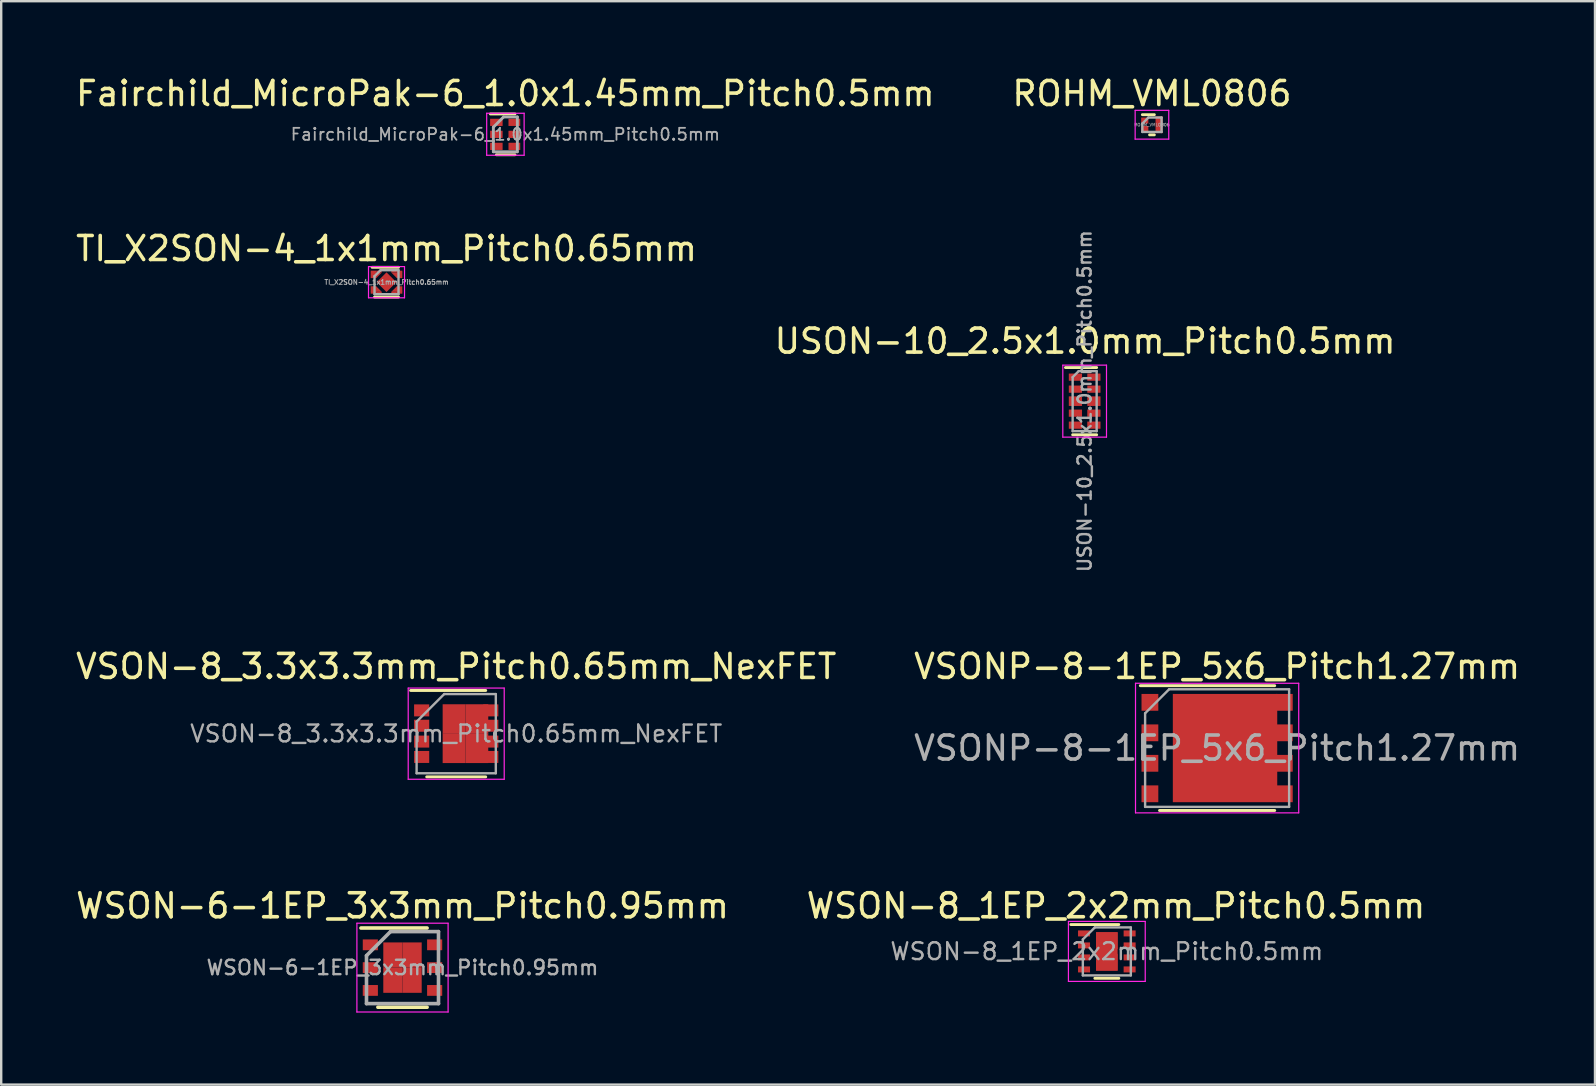
<source format=kicad_pcb>
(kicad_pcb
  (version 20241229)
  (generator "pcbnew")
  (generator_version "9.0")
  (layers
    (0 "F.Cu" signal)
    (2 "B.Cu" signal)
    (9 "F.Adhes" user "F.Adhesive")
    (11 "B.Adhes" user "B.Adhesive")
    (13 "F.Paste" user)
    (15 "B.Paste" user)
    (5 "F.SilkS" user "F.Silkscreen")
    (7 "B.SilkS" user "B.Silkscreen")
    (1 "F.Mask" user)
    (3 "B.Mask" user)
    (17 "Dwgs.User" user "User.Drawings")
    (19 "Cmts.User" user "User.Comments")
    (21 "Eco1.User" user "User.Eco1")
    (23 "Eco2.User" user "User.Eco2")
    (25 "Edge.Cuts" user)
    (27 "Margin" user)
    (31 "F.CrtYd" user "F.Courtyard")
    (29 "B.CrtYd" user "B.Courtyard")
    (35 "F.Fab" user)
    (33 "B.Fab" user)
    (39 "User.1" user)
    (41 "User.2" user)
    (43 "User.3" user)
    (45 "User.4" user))
  (footprint "VSON-8_3.3x3.3mm_Pitch0.65mm_NexFET"
    (layer "F.Cu")
    (at 15.958 27.518)
    (property "Reference" "VSON-8_3.3x3.3mm_Pitch0.65mm_NexFET" (at 0 -2.8 0) (layer "F.SilkS") (effects (font (size 1 1) (thickness 0.15))))
    (attr smd)
    (fp_line (start -1.9 -1.8) (end 1.23 -1.8) (stroke (width 0.12) (type solid)) (layer "F.SilkS"))
    (fp_line (start -1.23 1.8) (end 1.23 1.8) (stroke (width 0.12) (type solid)) (layer "F.SilkS"))
    (fp_line (start -2 -1.9) (end -2 1.9) (stroke (width 0.05) (type solid)) (layer "F.CrtYd"))
    (fp_line (start -2 -1.9) (end 2 -1.9) (stroke (width 0.05) (type solid)) (layer "F.CrtYd"))
    (fp_line (start -2 1.9) (end 2 1.9) (stroke (width 0.05) (type solid)) (layer "F.CrtYd"))
    (fp_line (start 2 -1.9) (end 2 1.9) (stroke (width 0.05) (type solid)) (layer "F.CrtYd"))
    (fp_line (start -1.65 -0.5) (end -0.5 -1.65) (stroke (width 0.1) (type solid)) (layer "F.Fab"))
    (fp_line (start -1.65 1.65) (end -1.65 -0.5) (stroke (width 0.1) (type solid)) (layer "F.Fab"))
    (fp_line (start -0.5 -1.65) (end 1.65 -1.65) (stroke (width 0.1) (type solid)) (layer "F.Fab"))
    (fp_line (start 1.65 -1.65) (end 1.65 1.65) (stroke (width 0.1) (type solid)) (layer "F.Fab"))
    (fp_line (start 1.65 1.65) (end -1.65 1.65) (stroke (width 0.1) (type solid)) (layer "F.Fab"))
    (fp_text user "${REFERENCE}" (at 0 0 0) (layer "F.Fab") (effects (font (size 0.7 0.7) (thickness 0.1))))
    (pad "1" smd rect (at -1.44 -0.97) (size 0.63 0.5) (layers "F.Cu" "F.Mask" "F.Paste"))
    (pad "2" smd rect (at -1.44 -0.33) (size 0.63 0.5) (layers "F.Cu" "F.Mask" "F.Paste"))
    (pad "3" smd rect (at -1.44 0.33) (size 0.63 0.5) (layers "F.Cu" "F.Mask" "F.Paste"))
    (pad "4" smd rect (at -1.44 0.97) (size 0.63 0.5) (layers "F.Cu" "F.Mask" "F.Paste"))
    (pad "5" smd rect (at -0.09 -0.61) (size 0.95 1.23) (layers "F.Cu" "F.Mask" "F.Paste"))
    (pad "5" smd rect (at -0.09 0.61) (size 0.95 1.23) (layers "F.Cu" "F.Mask" "F.Paste"))
    (pad "5" smd rect (at 0.86 -0.61) (size 0.95 1.23) (layers "F.Cu" "F.Mask" "F.Paste"))
    (pad "5" smd rect (at 0.86 0.61) (size 0.95 1.23) (layers "F.Cu" "F.Mask" "F.Paste"))
    (pad "5" smd rect (at 1.44 -0.97) (size 0.63 0.5) (layers "F.Cu" "F.Mask" "F.Paste"))
    (pad "5" smd rect (at 1.44 -0.33) (size 0.63 0.5) (layers "F.Cu" "F.Mask" "F.Paste"))
    (pad "5" smd rect (at 1.44 0.33) (size 0.63 0.5) (layers "F.Cu" "F.Mask" "F.Paste"))
    (pad "5" smd rect (at 1.44 0.97) (size 0.63 0.5) (layers "F.Cu" "F.Mask" "F.Paste")))
  (footprint "USON-10_2.5x1.0mm_Pitch0.5mm"
    (layer "F.Cu")
    (at 42.142 13.664)
    (property "Reference" "USON-10_2.5x1.0mm_Pitch0.5mm" (at 0.018 -2.5 0) (layer "F.SilkS") (effects (font (size 1 1) (thickness 0.15))))
    (attr smd)
    (fp_line (start 0.5 -1.4) (end -0.8 -1.4) (stroke (width 0.12) (type solid)) (layer "F.SilkS"))
    (fp_line (start 0.5 1.4) (end -0.5 1.4) (stroke (width 0.12) (type solid)) (layer "F.SilkS"))
    (fp_line (start -0.91 -1.5) (end 0.91 -1.5) (stroke (width 0.05) (type solid)) (layer "F.CrtYd"))
    (fp_line (start -0.91 1.5) (end -0.91 -1.5) (stroke (width 0.05) (type solid)) (layer "F.CrtYd"))
    (fp_line (start 0.91 -1.5) (end 0.91 1.5) (stroke (width 0.05) (type solid)) (layer "F.CrtYd"))
    (fp_line (start 0.91 1.5) (end -0.91 1.5) (stroke (width 0.05) (type solid)) (layer "F.CrtYd"))
    (fp_line (start -0.5 -1) (end -0.5 1.25) (stroke (width 0.1) (type solid)) (layer "F.Fab"))
    (fp_line (start -0.5 1.25) (end 0.5 1.25) (stroke (width 0.1) (type solid)) (layer "F.Fab"))
    (fp_line (start -0.25 -1.25) (end -0.5 -1) (stroke (width 0.1) (type solid)) (layer "F.Fab"))
    (fp_line (start 0.5 -1.25) (end -0.25 -1.25) (stroke (width 0.1) (type solid)) (layer "F.Fab"))
    (fp_line (start 0.5 -1.25) (end 0.5 1.25) (stroke (width 0.1) (type solid)) (layer "F.Fab"))
    (fp_text user "${REFERENCE}" (at 0 0 90) (layer "F.Fab") (effects (font (size 0.55 0.55) (thickness 0.1))))
    (pad "1" smd rect (at -0.385 -1 270) (size 0.3 0.55) (layers "F.Cu" "F.Mask" "F.Paste"))
    (pad "2" smd rect (at -0.385 -0.5 270) (size 0.3 0.55) (layers "F.Cu" "F.Mask" "F.Paste"))
    (pad "3" smd rect (at -0.385 0 270) (size 0.4 0.55) (layers "F.Cu" "F.Mask" "F.Paste"))
    (pad "4" smd rect (at -0.385 0.5 270) (size 0.3 0.55) (layers "F.Cu" "F.Mask" "F.Paste"))
    (pad "5" smd rect (at -0.385 1 270) (size 0.3 0.55) (layers "F.Cu" "F.Mask" "F.Paste"))
    (pad "6" smd rect (at 0.385 1 270) (size 0.3 0.55) (layers "F.Cu" "F.Mask" "F.Paste"))
    (pad "7" smd rect (at 0.385 0.5 270) (size 0.3 0.55) (layers "F.Cu" "F.Mask" "F.Paste"))
    (pad "8" smd rect (at 0.385 0 270) (size 0.4 0.55) (layers "F.Cu" "F.Mask" "F.Paste"))
    (pad "9" smd rect (at 0.385 -0.5 270) (size 0.3 0.55) (layers "F.Cu" "F.Mask" "F.Paste"))
    (pad "10" smd rect (at 0.385 -1 270) (size 0.3 0.55) (layers "F.Cu" "F.Mask" "F.Paste")))
  (footprint "TI_X2SON-4_1x1mm_Pitch0.65mm"
    (layer "F.Cu")
    (at 13.054 8.707)
    (property "Reference" "TI_X2SON-4_1x1mm_Pitch0.65mm" (at 0 -1.4 0) (layer "F.SilkS") (effects (font (size 1 1) (thickness 0.15))))
    (attr smd)
    (fp_line (start 0.5 -0.62) (end -0.6 -0.62) (stroke (width 0.12) (type solid)) (layer "F.SilkS"))
    (fp_line (start 0.5 0.62) (end -0.5 0.62) (stroke (width 0.12) (type solid)) (layer "F.SilkS"))
    (fp_line (start -0.75 -0.65) (end 0.75 -0.65) (stroke (width 0.05) (type solid)) (layer "F.CrtYd"))
    (fp_line (start -0.75 0.65) (end -0.75 -0.65) (stroke (width 0.05) (type solid)) (layer "F.CrtYd"))
    (fp_line (start 0.75 -0.65) (end 0.75 0.65) (stroke (width 0.05) (type solid)) (layer "F.CrtYd"))
    (fp_line (start 0.75 0.65) (end -0.75 0.65) (stroke (width 0.05) (type solid)) (layer "F.CrtYd"))
    (fp_line (start -0.5 0.5) (end -0.5 -0.25) (stroke (width 0.1) (type solid)) (layer "F.Fab"))
    (fp_line (start -0.25 -0.5) (end -0.5 -0.25) (stroke (width 0.1) (type solid)) (layer "F.Fab"))
    (fp_line (start -0.25 -0.5) (end 0.5 -0.5) (stroke (width 0.1) (type solid)) (layer "F.Fab"))
    (fp_line (start 0.5 -0.5) (end 0.5 0.5) (stroke (width 0.1) (type solid)) (layer "F.Fab"))
    (fp_line (start 0.5 0.5) (end -0.5 0.5) (stroke (width 0.1) (type solid)) (layer "F.Fab"))
    (fp_text user "${REFERENCE}" (at 0 0 0) (layer "F.Fab") (effects (font (size 0.2 0.2) (thickness 0.04))))
    (pad "" smd rect (at -0.55 -0.325) (size 0.2 0.21) (layers "F.Paste"))
    (pad "" smd rect (at -0.55 0.325) (size 0.2 0.21) (layers "F.Paste"))
    (pad "" smd rect (at -0.52 -0.325) (size 0.18 0.21) (layers "F.Mask"))
    (pad "" smd rect (at -0.52 0.325) (size 0.18 0.21) (layers "F.Mask"))
    (pad "" smd trapezoid (at -0.45 -0.31 180) (size 0.2 0.18) (rect_delta 0 0.2) (layers "F.Paste"))
    (pad "" smd trapezoid (at -0.45 0.31) (size 0.2 0.18) (rect_delta 0 0.2) (layers "F.Paste"))
    (pad "" smd trapezoid (at -0.43 -0.31 180) (size 0.18 0.18) (rect_delta 0 0.18) (layers "F.Mask"))
    (pad "" smd trapezoid (at -0.43 0.31) (size 0.18 0.18) (rect_delta 0 0.18) (layers "F.Mask"))
    (pad "" smd rect (at -0.35 -0.415) (size 0.2 0.03) (layers "F.Paste"))
    (pad "" smd rect (at -0.35 0.415) (size 0.2 0.03) (layers "F.Paste"))
    (pad "" smd rect (at -0.34 -0.415) (size 0.18 0.03) (layers "F.Mask"))
    (pad "" smd rect (at -0.34 0.415) (size 0.18 0.03) (layers "F.Mask"))
    (pad "" smd rect (at 0 0 45) (size 0.45 0.45) (layers "F.Paste"))
    (pad "" smd rect (at 0 0 45) (size 0.48 0.48) (layers "F.Mask"))
    (pad "" smd rect (at 0.34 -0.415) (size 0.18 0.03) (layers "F.Mask"))
    (pad "" smd rect (at 0.34 0.415) (size 0.18 0.03) (layers "F.Mask"))
    (pad "" smd rect (at 0.35 -0.415) (size 0.2 0.03) (layers "F.Paste"))
    (pad "" smd rect (at 0.35 0.415) (size 0.2 0.03) (layers "F.Paste"))
    (pad "" smd trapezoid (at 0.43 -0.31 180) (size 0.18 0.18) (rect_delta 0 0.18) (layers "F.Mask"))
    (pad "" smd trapezoid (at 0.43 0.31) (size 0.18 0.18) (rect_delta 0 0.18) (layers "F.Mask"))
    (pad "" smd trapezoid (at 0.45 -0.31 180) (size 0.2 0.18) (rect_delta 0 0.2) (layers "F.Paste"))
    (pad "" smd trapezoid (at 0.45 0.31) (size 0.2 0.18) (rect_delta 0 0.2) (layers "F.Paste"))
    (pad "" smd rect (at 0.52 -0.325) (size 0.18 0.21) (layers "F.Mask"))
    (pad "" smd rect (at 0.52 0.325) (size 0.18 0.21) (layers "F.Mask"))
    (pad "" smd rect (at 0.55 -0.325) (size 0.2 0.21) (layers "F.Paste"))
    (pad "" smd rect (at 0.55 0.325) (size 0.2 0.21) (layers "F.Paste"))
    (pad "1" smd rect (at -0.545 -0.325) (size 0.23 0.31) (layers "F.Cu"))
    (pad "1" smd trapezoid (at -0.43 -0.285 180) (size 0.23 0.23) (rect_delta 0 0.23) (layers "F.Cu"))
    (pad "1" smd rect (at -0.315 -0.44) (size 0.23 0.08) (layers "F.Cu"))
    (pad "2" smd rect (at -0.545 0.325) (size 0.23 0.31) (layers "F.Cu"))
    (pad "2" smd trapezoid (at -0.43 0.285) (size 0.23 0.23) (rect_delta 0 0.23) (layers "F.Cu"))
    (pad "2" smd rect (at -0.315 0.44) (size 0.23 0.08) (layers "F.Cu"))
    (pad "3" smd rect (at 0.315 0.44) (size 0.23 0.08) (layers "F.Cu"))
    (pad "3" smd trapezoid (at 0.43 0.285) (size 0.23 0.23) (rect_delta 0 0.23) (layers "F.Cu"))
    (pad "3" smd rect (at 0.545 0.325) (size 0.23 0.31) (layers "F.Cu"))
    (pad "4" smd rect (at 0.315 -0.44) (size 0.23 0.08) (layers "F.Cu"))
    (pad "4" smd trapezoid (at 0.43 -0.285 180) (size 0.23 0.23) (rect_delta 0 0.23) (layers "F.Cu"))
    (pad "4" smd rect (at 0.545 -0.325) (size 0.23 0.31) (layers "F.Cu"))
    (pad "5" smd rect (at 0 0 45) (size 0.58 0.58) (layers "F.Cu")))
  (footprint "VSONP-8-1EP_5x6_Pitch1.27mm"
    (layer "F.Cu")
    (at 47.661 28.118)
    (property "Reference" "VSONP-8-1EP_5x6_Pitch1.27mm" (at 0 -3.4 0) (layer "F.SilkS") (effects (font (size 1 1) (thickness 0.15))))
    (attr smd)
    (fp_line (start 2.4 -2.6) (end -3.2 -2.6) (stroke (width 0.12) (type solid)) (layer "F.SilkS"))
    (fp_line (start 2.4 2.6) (end -2.4 2.6) (stroke (width 0.12) (type solid)) (layer "F.SilkS"))
    (fp_line (start -3.4 -2.7) (end 3.4 -2.7) (stroke (width 0.05) (type solid)) (layer "F.CrtYd"))
    (fp_line (start -3.4 2.7) (end -3.4 -2.7) (stroke (width 0.05) (type solid)) (layer "F.CrtYd"))
    (fp_line (start 3.4 -2.7) (end 3.4 2.7) (stroke (width 0.05) (type solid)) (layer "F.CrtYd"))
    (fp_line (start 3.4 2.7) (end -3.4 2.7) (stroke (width 0.05) (type solid)) (layer "F.CrtYd"))
    (fp_line (start -3 -1.45) (end -3 2.45) (stroke (width 0.1) (type solid)) (layer "F.Fab"))
    (fp_line (start -2 -2.45) (end -3 -1.45) (stroke (width 0.1) (type solid)) (layer "F.Fab"))
    (fp_line (start -2 -2.45) (end 3 -2.45) (stroke (width 0.1) (type solid)) (layer "F.Fab"))
    (fp_line (start 3 -2.45) (end 3 2.45) (stroke (width 0.1) (type solid)) (layer "F.Fab"))
    (fp_line (start 3 2.45) (end -3 2.45) (stroke (width 0.1) (type solid)) (layer "F.Fab"))
    (fp_text user "${REFERENCE}" (at 0 0 0) (layer "F.Fab") (effects (font (size 1 1) (thickness 0.15))))
    (pad "" smd rect (at -0.797 -1.095) (size 1.235 1.57) (layers "F.Paste"))
    (pad "" smd rect (at -0.797 1.095) (size 1.235 1.57) (layers "F.Paste"))
    (pad "" smd rect (at 1.113 -1.095) (size 1.585 1.57) (layers "F.Paste"))
    (pad "" smd rect (at 1.113 1.095) (size 1.585 1.57) (layers "F.Paste"))
    (pad "1" smd rect (at -2.8 -1.905) (size 0.7 0.7) (layers "F.Cu" "F.Mask" "F.Paste"))
    (pad "1" smd rect (at -2.8 -0.635) (size 0.7 0.7) (layers "F.Cu" "F.Mask" "F.Paste"))
    (pad "1" smd rect (at -2.8 0.635) (size 0.7 0.7) (layers "F.Cu" "F.Mask" "F.Paste"))
    (pad "2" smd rect (at -2.8 1.905) (size 0.7 0.7) (layers "F.Cu" "F.Mask" "F.Paste"))
    (pad "3" smd rect (at 0.33 0) (size 4.35 4.51) (layers "F.Cu" "F.Mask"))
    (pad "3" smd rect (at 2.8 -1.905) (size 0.7 0.7) (layers "F.Cu" "F.Mask" "F.Paste"))
    (pad "3" smd rect (at 2.8 -0.635) (size 0.7 0.7) (layers "F.Cu" "F.Mask" "F.Paste"))
    (pad "3" smd rect (at 2.8 0.635) (size 0.7 0.7) (layers "F.Cu" "F.Mask" "F.Paste"))
    (pad "3" smd rect (at 2.8 1.905) (size 0.7 0.7) (layers "F.Cu" "F.Mask" "F.Paste")))
  (footprint "WSON-8_1EP_2x2mm_Pitch0.5mm"
    (layer "F.Cu")
    (at 43.066 36.591)
    (property "Reference" "WSON-8_1EP_2x2mm_Pitch0.5mm" (at 0.38 -1.9 0) (layer "F.SilkS") (effects (font (size 1 1) (thickness 0.15))))
    (attr smd)
    (fp_line (start -1.5 -1.12) (end 0.5 -1.12) (stroke (width 0.12) (type solid)) (layer "F.SilkS"))
    (fp_line (start 0.5 1.12) (end -0.5 1.12) (stroke (width 0.12) (type solid)) (layer "F.SilkS"))
    (fp_line (start -1.6 -1.25) (end -1.6 1.25) (stroke (width 0.05) (type solid)) (layer "F.CrtYd"))
    (fp_line (start -1.6 -1.25) (end 1.6 -1.25) (stroke (width 0.05) (type solid)) (layer "F.CrtYd"))
    (fp_line (start -1.6 1.25) (end 1.6 1.25) (stroke (width 0.05) (type solid)) (layer "F.CrtYd"))
    (fp_line (start 1.6 -1.25) (end 1.6 1.25) (stroke (width 0.05) (type solid)) (layer "F.CrtYd"))
    (fp_line (start -1 1) (end -1 -0.5) (stroke (width 0.1) (type solid)) (layer "F.Fab"))
    (fp_line (start -0.5 -1) (end -1 -0.5) (stroke (width 0.1) (type solid)) (layer "F.Fab"))
    (fp_line (start -0.5 -1) (end 1 -1) (stroke (width 0.1) (type solid)) (layer "F.Fab"))
    (fp_line (start 1 -1) (end 1 1) (stroke (width 0.1) (type solid)) (layer "F.Fab"))
    (fp_line (start 1 1) (end -1 1) (stroke (width 0.1) (type solid)) (layer "F.Fab"))
    (fp_text user "${REFERENCE}" (at 0 0 0) (layer "F.Fab") (effects (font (size 0.7 0.7) (thickness 0.1))))
    (pad "1" smd rect (at -0.95 -0.75) (size 0.5 0.25) (layers "F.Cu" "F.Mask" "F.Paste"))
    (pad "2" smd rect (at -0.95 -0.25) (size 0.5 0.25) (layers "F.Cu" "F.Mask" "F.Paste"))
    (pad "3" smd rect (at -0.95 0.25) (size 0.5 0.25) (layers "F.Cu" "F.Mask" "F.Paste"))
    (pad "4" smd rect (at -0.95 0.75) (size 0.5 0.25) (layers "F.Cu" "F.Mask" "F.Paste"))
    (pad "5" smd rect (at 0.95 0.75) (size 0.5 0.25) (layers "F.Cu" "F.Mask" "F.Paste"))
    (pad "6" smd rect (at 0.95 0.25) (size 0.5 0.25) (layers "F.Cu" "F.Mask" "F.Paste"))
    (pad "7" smd rect (at 0.95 -0.25) (size 0.5 0.25) (layers "F.Cu" "F.Mask" "F.Paste"))
    (pad "8" smd rect (at 0.95 -0.75) (size 0.5 0.25) (layers "F.Cu" "F.Mask" "F.Paste"))
    (pad "9" smd rect (at 0 -0.45) (size 0.9 0.7) (layers "F.Cu" "F.Paste"))
    (pad "9" smd rect (at 0 0) (size 0.9 1.6) (layers "F.Cu" "F.Mask"))
    (pad "9" smd rect (at 0 0.45) (size 0.9 0.7) (layers "F.Cu" "F.Paste")))
  (footprint "ROHM_VML0806"
    (layer "F.Cu")
    (at 44.946 2.148)
    (property "Reference" "ROHM_VML0806" (at 0 -1.3 0) (layer "F.SilkS") (effects (font (size 1 1) (thickness 0.15))))
    (attr smd)
    (fp_line (start 0.1 -0.42) (end -0.4 -0.42) (stroke (width 0.12) (type solid)) (layer "F.SilkS"))
    (fp_line (start 0.1 0.42) (end -0.1 0.42) (stroke (width 0.12) (type solid)) (layer "F.SilkS"))
    (fp_line (start -0.7 -0.6) (end 0.7 -0.6) (stroke (width 0.05) (type solid)) (layer "F.CrtYd"))
    (fp_line (start -0.7 0.6) (end -0.7 -0.6) (stroke (width 0.05) (type solid)) (layer "F.CrtYd"))
    (fp_line (start 0.7 -0.6) (end 0.7 0.6) (stroke (width 0.05) (type solid)) (layer "F.CrtYd"))
    (fp_line (start 0.7 0.6) (end -0.7 0.6) (stroke (width 0.05) (type solid)) (layer "F.CrtYd"))
    (fp_line (start -0.4 0.3) (end -0.4 -0.05) (stroke (width 0.1) (type solid)) (layer "F.Fab"))
    (fp_line (start -0.15 -0.3) (end -0.4 -0.05) (stroke (width 0.1) (type solid)) (layer "F.Fab"))
    (fp_line (start -0.15 -0.3) (end 0.4 -0.3) (stroke (width 0.1) (type solid)) (layer "F.Fab"))
    (fp_line (start 0.4 -0.3) (end 0.4 0.3) (stroke (width 0.1) (type solid)) (layer "F.Fab"))
    (fp_line (start 0.4 0.3) (end -0.4 0.3) (stroke (width 0.1) (type solid)) (layer "F.Fab"))
    (fp_text user "${REFERENCE}" (at 0 0 0) (layer "F.Fab") (effects (font (size 0.127 0.127) (thickness 0.02))))
    (pad "1" smd rect (at -0.3 -0.175) (size 0.3 0.25) (layers "F.Cu" "F.Mask" "F.Paste"))
    (pad "2" smd rect (at -0.3 0.175) (size 0.3 0.25) (layers "F.Cu" "F.Mask" "F.Paste"))
    (pad "3" smd rect (at 0.3 0) (size 0.3 0.7) (layers "F.Cu" "F.Mask" "F.Paste")))
  (footprint "WSON-6-1EP_3x3mm_Pitch0.95mm"
    (layer "F.Cu")
    (at 13.72 37.266)
    (property "Reference" "WSON-6-1EP_3x3mm_Pitch0.95mm" (at 0 -2.575 0) (layer "F.SilkS") (effects (font (size 1 1) (thickness 0.15))))
    (attr smd)
    (fp_line (start -1.73 -1.65) (end 1.025 -1.65) (stroke (width 0.15) (type solid)) (layer "F.SilkS"))
    (fp_line (start -1.025 1.65) (end 1.025 1.65) (stroke (width 0.15) (type solid)) (layer "F.SilkS"))
    (fp_line (start -1.9 -1.85) (end -1.9 1.85) (stroke (width 0.05) (type solid)) (layer "F.CrtYd"))
    (fp_line (start -1.9 -1.85) (end 1.9 -1.85) (stroke (width 0.05) (type solid)) (layer "F.CrtYd"))
    (fp_line (start -1.9 1.85) (end 1.9 1.85) (stroke (width 0.05) (type solid)) (layer "F.CrtYd"))
    (fp_line (start 1.9 -1.85) (end 1.9 1.85) (stroke (width 0.05) (type solid)) (layer "F.CrtYd"))
    (fp_line (start -1.5 -0.5) (end -0.5 -1.5) (stroke (width 0.15) (type solid)) (layer "F.Fab"))
    (fp_line (start -1.5 1.5) (end -1.5 -0.5) (stroke (width 0.15) (type solid)) (layer "F.Fab"))
    (fp_line (start -0.5 -1.5) (end 1.5 -1.5) (stroke (width 0.15) (type solid)) (layer "F.Fab"))
    (fp_line (start 1.5 -1.5) (end 1.5 1.5) (stroke (width 0.15) (type solid)) (layer "F.Fab"))
    (fp_line (start 1.5 1.5) (end -1.5 1.5) (stroke (width 0.15) (type solid)) (layer "F.Fab"))
    (fp_text user "${REFERENCE}" (at 0 0 0) (layer "F.Fab") (effects (font (size 0.6 0.6) (thickness 0.1))))
    (pad "1" smd rect (at -1.34 -0.95) (size 0.63 0.45) (layers "F.Cu" "F.Mask" "F.Paste"))
    (pad "2" smd rect (at -1.34 0) (size 0.63 0.45) (layers "F.Cu" "F.Mask" "F.Paste"))
    (pad "3" smd rect (at -1.34 0.95) (size 0.63 0.45) (layers "F.Cu" "F.Mask" "F.Paste"))
    (pad "4" smd rect (at 1.34 0.95) (size 0.63 0.45) (layers "F.Cu" "F.Mask" "F.Paste"))
    (pad "5" smd rect (at 1.34 0) (size 0.63 0.45) (layers "F.Cu" "F.Mask" "F.Paste"))
    (pad "6" smd rect (at 1.34 -0.95) (size 0.63 0.45) (layers "F.Cu" "F.Mask" "F.Paste"))
    (pad "7" smd rect (at -0.4 -0.525) (size 0.8 1.05) (layers "F.Cu" "F.Mask" "F.Paste"))
    (pad "7" smd rect (at -0.4 0.525) (size 0.8 1.05) (layers "F.Cu" "F.Mask" "F.Paste"))
    (pad "7" smd rect (at 0.4 -0.525) (size 0.8 1.05) (layers "F.Cu" "F.Mask" "F.Paste"))
    (pad "7" smd rect (at 0.4 0.525) (size 0.8 1.05) (layers "F.Cu" "F.Mask" "F.Paste")))
  (footprint "Fairchild_MicroPak-6_1.0x1.45mm_Pitch0.5mm"
    (layer "F.Cu")
    (at 17.998 2.548)
    (property "Reference" "Fairchild_MicroPak-6_1.0x1.45mm_Pitch0.5mm" (at 0.007 -1.7 0) (layer "F.SilkS") (effects (font (size 1 1) (thickness 0.15))))
    (attr smd)
    (fp_line (start -0.618 -0.85) (end 0.407 -0.85) (stroke (width 0.12) (type solid)) (layer "F.SilkS"))
    (fp_line (start 0.407 0.85) (end -0.367 0.85) (stroke (width 0.12) (type solid)) (layer "F.SilkS"))
    (fp_line (start -0.77 -0.88) (end -0.77 0.87) (stroke (width 0.05) (type solid)) (layer "F.CrtYd"))
    (fp_line (start -0.77 -0.88) (end 0.79 -0.88) (stroke (width 0.05) (type solid)) (layer "F.CrtYd"))
    (fp_line (start 0.79 0.87) (end -0.77 0.87) (stroke (width 0.05) (type solid)) (layer "F.CrtYd"))
    (fp_line (start 0.79 0.87) (end 0.79 -0.88) (stroke (width 0.05) (type solid)) (layer "F.CrtYd"))
    (fp_line (start -0.492 -0.3) (end -0.068 -0.725) (stroke (width 0.12) (type solid)) (layer "F.Fab"))
    (fp_line (start -0.492 0.725) (end -0.492 -0.3) (stroke (width 0.12) (type solid)) (layer "F.Fab"))
    (fp_line (start -0.068 -0.725) (end 0.507 -0.725) (stroke (width 0.12) (type solid)) (layer "F.Fab"))
    (fp_line (start 0.507 -0.725) (end 0.507 0.725) (stroke (width 0.12) (type solid)) (layer "F.Fab"))
    (fp_line (start 0.507 0.725) (end -0.492 0.725) (stroke (width 0.12) (type solid)) (layer "F.Fab"))
    (fp_text user "${REFERENCE}" (at 0.007 0 0) (layer "F.Fab") (effects (font (size 0.5 0.5) (thickness 0.075))))
    (pad "1" smd rect (at -0.367 -0.5) (size 0.52 0.3) (layers "F.Cu" "F.Mask" "F.Paste"))
    (pad "2" smd rect (at -0.367 0) (size 0.52 0.3) (layers "F.Cu" "F.Mask" "F.Paste"))
    (pad "3" smd rect (at -0.367 0.5) (size 0.52 0.3) (layers "F.Cu" "F.Mask" "F.Paste"))
    (pad "4" smd rect (at 0.383 0.5) (size 0.49 0.3) (layers "F.Cu" "F.Mask" "F.Paste"))
    (pad "5" smd rect (at 0.383 0) (size 0.49 0.3) (layers "F.Cu" "F.Mask" "F.Paste"))
    (pad "6" smd rect (at 0.383 -0.5) (size 0.49 0.3) (layers "F.Cu" "F.Mask" "F.Paste")))
  (gr_rect
    (start -3 -3)
    (end 63.405 42.141)
    (stroke (width 0.1) (type default))
    (fill no)
    (layer "Edge.Cuts")))
</source>
